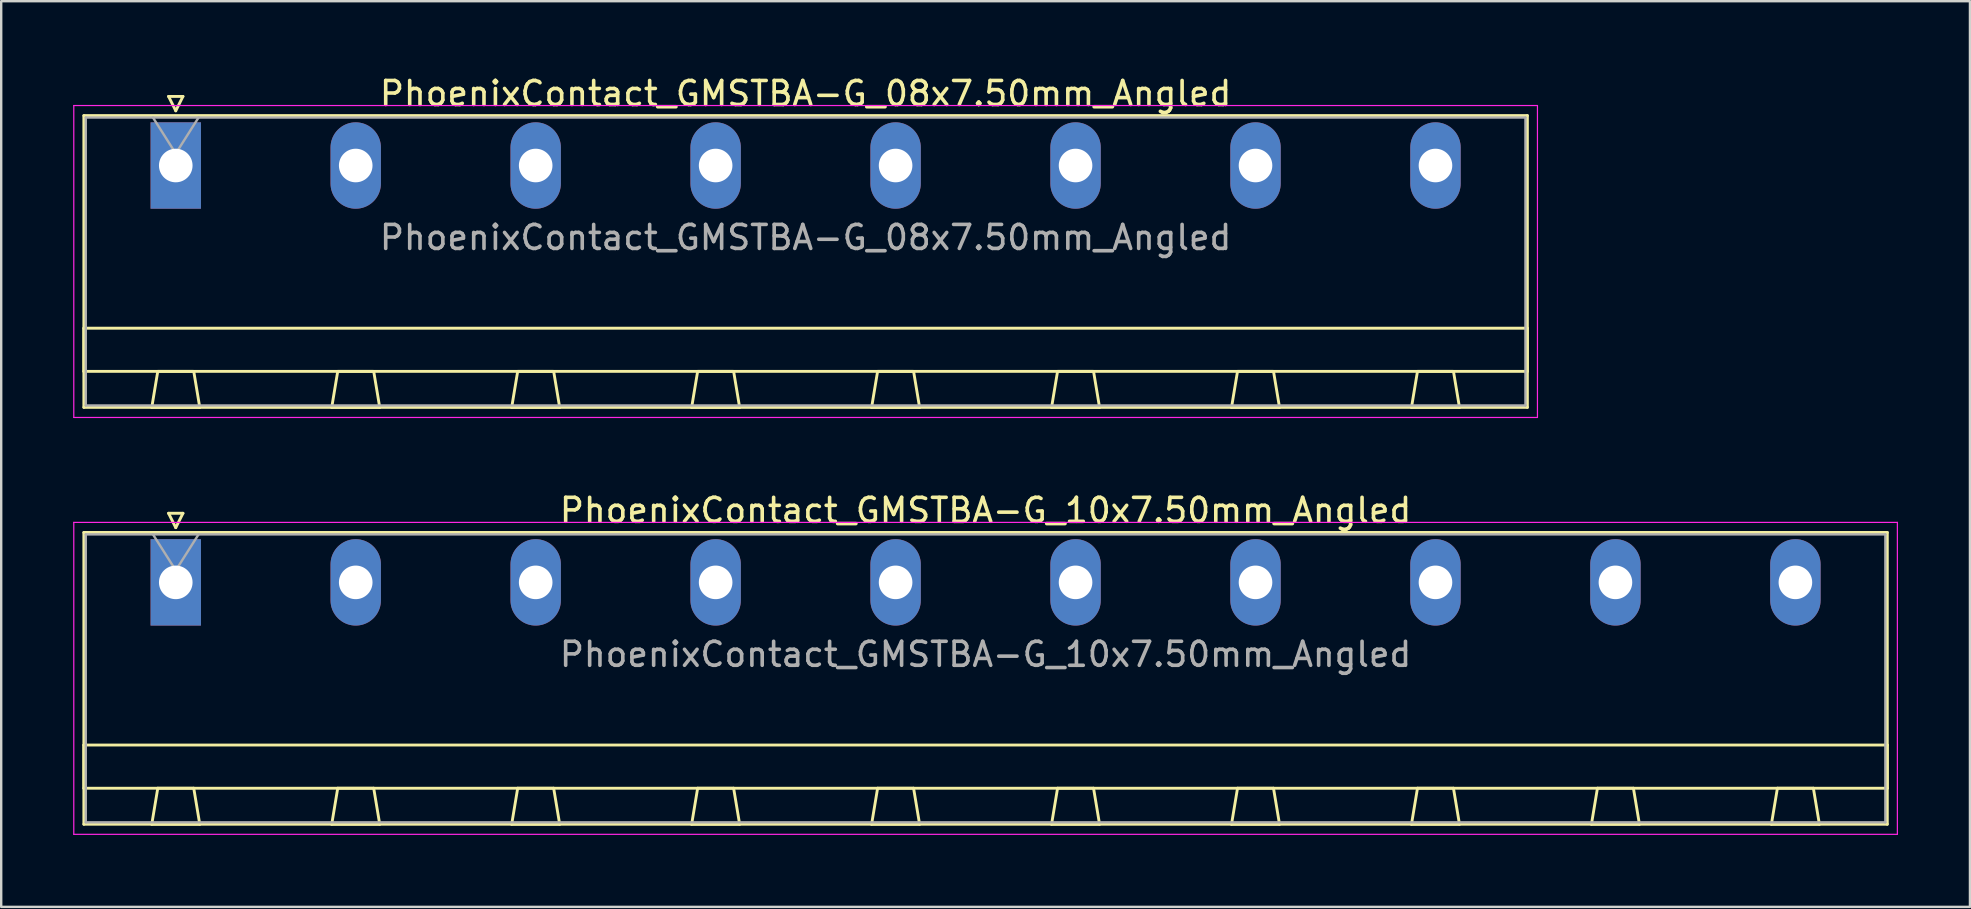
<source format=kicad_pcb>
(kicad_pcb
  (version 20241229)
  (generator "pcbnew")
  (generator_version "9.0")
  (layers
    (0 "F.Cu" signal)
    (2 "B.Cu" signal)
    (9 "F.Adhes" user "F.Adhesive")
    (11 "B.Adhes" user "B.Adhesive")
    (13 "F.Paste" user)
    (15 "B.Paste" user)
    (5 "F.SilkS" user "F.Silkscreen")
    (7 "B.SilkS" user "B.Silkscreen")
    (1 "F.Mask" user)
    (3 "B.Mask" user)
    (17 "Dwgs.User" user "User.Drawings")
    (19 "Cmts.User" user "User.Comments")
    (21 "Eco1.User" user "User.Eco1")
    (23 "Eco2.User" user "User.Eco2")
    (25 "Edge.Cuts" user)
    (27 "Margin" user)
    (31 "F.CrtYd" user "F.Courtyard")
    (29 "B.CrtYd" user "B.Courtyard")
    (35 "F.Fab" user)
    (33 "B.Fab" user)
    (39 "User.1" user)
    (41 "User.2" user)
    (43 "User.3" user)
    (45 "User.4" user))
  (footprint "PhoenixContact_GMSTBA-G_10x7.50mm_Angled"
    (layer "F.Cu")
    (at 4.275 21.221)
    (property "Reference" "PhoenixContact_GMSTBA-G_10x7.50mm_Angled" (at 33.75 -3 0) (layer "F.SilkS") (effects (font (size 1 1) (thickness 0.15))))
    (attr through_hole)
    (fp_line (start -3.83 -2.08) (end -3.83 10.08) (stroke (width 0.12) (type solid)) (layer "F.SilkS"))
    (fp_line (start -3.83 6.78) (end 71.33 6.78) (stroke (width 0.12) (type solid)) (layer "F.SilkS"))
    (fp_line (start -3.83 8.58) (end -3.83 6.78) (stroke (width 0.12) (type solid)) (layer "F.SilkS"))
    (fp_line (start -3.83 10.08) (end 71.33 10.08) (stroke (width 0.12) (type solid)) (layer "F.SilkS"))
    (fp_line (start -1 10.08) (end 1 10.08) (stroke (width 0.12) (type solid)) (layer "F.SilkS"))
    (fp_line (start -0.75 8.58) (end -1 10.08) (stroke (width 0.12) (type solid)) (layer "F.SilkS"))
    (fp_line (start -0.3 -2.88) (end 0.3 -2.88) (stroke (width 0.12) (type solid)) (layer "F.SilkS"))
    (fp_line (start 0 -2.28) (end -0.3 -2.88) (stroke (width 0.12) (type solid)) (layer "F.SilkS"))
    (fp_line (start 0.3 -2.88) (end 0 -2.28) (stroke (width 0.12) (type solid)) (layer "F.SilkS"))
    (fp_line (start 0.75 8.58) (end -0.75 8.58) (stroke (width 0.12) (type solid)) (layer "F.SilkS"))
    (fp_line (start 1 10.08) (end 0.75 8.58) (stroke (width 0.12) (type solid)) (layer "F.SilkS"))
    (fp_line (start 6.5 10.08) (end 8.5 10.08) (stroke (width 0.12) (type solid)) (layer "F.SilkS"))
    (fp_line (start 6.75 8.58) (end 6.5 10.08) (stroke (width 0.12) (type solid)) (layer "F.SilkS"))
    (fp_line (start 8.25 8.58) (end 6.75 8.58) (stroke (width 0.12) (type solid)) (layer "F.SilkS"))
    (fp_line (start 8.5 10.08) (end 8.25 8.58) (stroke (width 0.12) (type solid)) (layer "F.SilkS"))
    (fp_line (start 14 10.08) (end 16 10.08) (stroke (width 0.12) (type solid)) (layer "F.SilkS"))
    (fp_line (start 14.25 8.58) (end 14 10.08) (stroke (width 0.12) (type solid)) (layer "F.SilkS"))
    (fp_line (start 15.75 8.58) (end 14.25 8.58) (stroke (width 0.12) (type solid)) (layer "F.SilkS"))
    (fp_line (start 16 10.08) (end 15.75 8.58) (stroke (width 0.12) (type solid)) (layer "F.SilkS"))
    (fp_line (start 21.5 10.08) (end 23.5 10.08) (stroke (width 0.12) (type solid)) (layer "F.SilkS"))
    (fp_line (start 21.75 8.58) (end 21.5 10.08) (stroke (width 0.12) (type solid)) (layer "F.SilkS"))
    (fp_line (start 23.25 8.58) (end 21.75 8.58) (stroke (width 0.12) (type solid)) (layer "F.SilkS"))
    (fp_line (start 23.5 10.08) (end 23.25 8.58) (stroke (width 0.12) (type solid)) (layer "F.SilkS"))
    (fp_line (start 29 10.08) (end 31 10.08) (stroke (width 0.12) (type solid)) (layer "F.SilkS"))
    (fp_line (start 29.25 8.58) (end 29 10.08) (stroke (width 0.12) (type solid)) (layer "F.SilkS"))
    (fp_line (start 30.75 8.58) (end 29.25 8.58) (stroke (width 0.12) (type solid)) (layer "F.SilkS"))
    (fp_line (start 31 10.08) (end 30.75 8.58) (stroke (width 0.12) (type solid)) (layer "F.SilkS"))
    (fp_line (start 36.5 10.08) (end 38.5 10.08) (stroke (width 0.12) (type solid)) (layer "F.SilkS"))
    (fp_line (start 36.75 8.58) (end 36.5 10.08) (stroke (width 0.12) (type solid)) (layer "F.SilkS"))
    (fp_line (start 38.25 8.58) (end 36.75 8.58) (stroke (width 0.12) (type solid)) (layer "F.SilkS"))
    (fp_line (start 38.5 10.08) (end 38.25 8.58) (stroke (width 0.12) (type solid)) (layer "F.SilkS"))
    (fp_line (start 44 10.08) (end 46 10.08) (stroke (width 0.12) (type solid)) (layer "F.SilkS"))
    (fp_line (start 44.25 8.58) (end 44 10.08) (stroke (width 0.12) (type solid)) (layer "F.SilkS"))
    (fp_line (start 45.75 8.58) (end 44.25 8.58) (stroke (width 0.12) (type solid)) (layer "F.SilkS"))
    (fp_line (start 46 10.08) (end 45.75 8.58) (stroke (width 0.12) (type solid)) (layer "F.SilkS"))
    (fp_line (start 51.5 10.08) (end 53.5 10.08) (stroke (width 0.12) (type solid)) (layer "F.SilkS"))
    (fp_line (start 51.75 8.58) (end 51.5 10.08) (stroke (width 0.12) (type solid)) (layer "F.SilkS"))
    (fp_line (start 53.25 8.58) (end 51.75 8.58) (stroke (width 0.12) (type solid)) (layer "F.SilkS"))
    (fp_line (start 53.5 10.08) (end 53.25 8.58) (stroke (width 0.12) (type solid)) (layer "F.SilkS"))
    (fp_line (start 59 10.08) (end 61 10.08) (stroke (width 0.12) (type solid)) (layer "F.SilkS"))
    (fp_line (start 59.25 8.58) (end 59 10.08) (stroke (width 0.12) (type solid)) (layer "F.SilkS"))
    (fp_line (start 60.75 8.58) (end 59.25 8.58) (stroke (width 0.12) (type solid)) (layer "F.SilkS"))
    (fp_line (start 61 10.08) (end 60.75 8.58) (stroke (width 0.12) (type solid)) (layer "F.SilkS"))
    (fp_line (start 66.5 10.08) (end 68.5 10.08) (stroke (width 0.12) (type solid)) (layer "F.SilkS"))
    (fp_line (start 66.75 8.58) (end 66.5 10.08) (stroke (width 0.12) (type solid)) (layer "F.SilkS"))
    (fp_line (start 68.25 8.58) (end 66.75 8.58) (stroke (width 0.12) (type solid)) (layer "F.SilkS"))
    (fp_line (start 68.5 10.08) (end 68.25 8.58) (stroke (width 0.12) (type solid)) (layer "F.SilkS"))
    (fp_line (start 71.33 -2.08) (end -3.83 -2.08) (stroke (width 0.12) (type solid)) (layer "F.SilkS"))
    (fp_line (start 71.33 6.78) (end 71.33 8.58) (stroke (width 0.12) (type solid)) (layer "F.SilkS"))
    (fp_line (start 71.33 8.58) (end -3.83 8.58) (stroke (width 0.12) (type solid)) (layer "F.SilkS"))
    (fp_line (start 71.33 10.08) (end 71.33 -2.08) (stroke (width 0.12) (type solid)) (layer "F.SilkS"))
    (fp_line (start -4.25 -2.5) (end -4.25 10.5) (stroke (width 0.05) (type solid)) (layer "F.CrtYd"))
    (fp_line (start -4.25 10.5) (end 71.75 10.5) (stroke (width 0.05) (type solid)) (layer "F.CrtYd"))
    (fp_line (start 71.75 -2.5) (end -4.25 -2.5) (stroke (width 0.05) (type solid)) (layer "F.CrtYd"))
    (fp_line (start 71.75 10.5) (end 71.75 -2.5) (stroke (width 0.05) (type solid)) (layer "F.CrtYd"))
    (fp_line (start -3.75 -2) (end -3.75 10) (stroke (width 0.1) (type solid)) (layer "F.Fab"))
    (fp_line (start -3.75 10) (end 71.25 10) (stroke (width 0.1) (type solid)) (layer "F.Fab"))
    (fp_line (start 0 -0.5) (end -0.95 -2) (stroke (width 0.1) (type solid)) (layer "F.Fab"))
    (fp_line (start 0.95 -2) (end 0 -0.5) (stroke (width 0.1) (type solid)) (layer "F.Fab"))
    (fp_line (start 71.25 -2) (end -3.75 -2) (stroke (width 0.1) (type solid)) (layer "F.Fab"))
    (fp_line (start 71.25 10) (end 71.25 -2) (stroke (width 0.1) (type solid)) (layer "F.Fab"))
    (fp_text user "${REFERENCE}" (at 33.75 3 0) (layer "F.Fab") (effects (font (size 1 1) (thickness 0.15))))
    (pad "1" thru_hole rect (at 0 0) (size 2.1 3.6) (drill 1.4) (layers "*.Cu" "*.Mask"))
    (pad "2" thru_hole oval (at 7.5 0) (size 2.1 3.6) (drill 1.4) (layers "*.Cu" "*.Mask"))
    (pad "3" thru_hole oval (at 15 0) (size 2.1 3.6) (drill 1.4) (layers "*.Cu" "*.Mask"))
    (pad "4" thru_hole oval (at 22.5 0) (size 2.1 3.6) (drill 1.4) (layers "*.Cu" "*.Mask"))
    (pad "5" thru_hole oval (at 30 0) (size 2.1 3.6) (drill 1.4) (layers "*.Cu" "*.Mask"))
    (pad "6" thru_hole oval (at 37.5 0) (size 2.1 3.6) (drill 1.4) (layers "*.Cu" "*.Mask"))
    (pad "7" thru_hole oval (at 45 0) (size 2.1 3.6) (drill 1.4) (layers "*.Cu" "*.Mask"))
    (pad "8" thru_hole oval (at 52.5 0) (size 2.1 3.6) (drill 1.4) (layers "*.Cu" "*.Mask"))
    (pad "9" thru_hole oval (at 60 0) (size 2.1 3.6) (drill 1.4) (layers "*.Cu" "*.Mask"))
    (pad "10" thru_hole oval (at 67.5 0) (size 2.1 3.6) (drill 1.4) (layers "*.Cu" "*.Mask")))
  (footprint "PhoenixContact_GMSTBA-G_08x7.50mm_Angled"
    (layer "F.Cu")
    (at 4.275 3.848)
    (property "Reference" "PhoenixContact_GMSTBA-G_08x7.50mm_Angled" (at 26.25 -3 0) (layer "F.SilkS") (effects (font (size 1 1) (thickness 0.15))))
    (attr through_hole)
    (fp_line (start -3.83 -2.08) (end -3.83 10.08) (stroke (width 0.12) (type solid)) (layer "F.SilkS"))
    (fp_line (start -3.83 6.78) (end 56.33 6.78) (stroke (width 0.12) (type solid)) (layer "F.SilkS"))
    (fp_line (start -3.83 8.58) (end -3.83 6.78) (stroke (width 0.12) (type solid)) (layer "F.SilkS"))
    (fp_line (start -3.83 10.08) (end 56.33 10.08) (stroke (width 0.12) (type solid)) (layer "F.SilkS"))
    (fp_line (start -1 10.08) (end 1 10.08) (stroke (width 0.12) (type solid)) (layer "F.SilkS"))
    (fp_line (start -0.75 8.58) (end -1 10.08) (stroke (width 0.12) (type solid)) (layer "F.SilkS"))
    (fp_line (start -0.3 -2.88) (end 0.3 -2.88) (stroke (width 0.12) (type solid)) (layer "F.SilkS"))
    (fp_line (start 0 -2.28) (end -0.3 -2.88) (stroke (width 0.12) (type solid)) (layer "F.SilkS"))
    (fp_line (start 0.3 -2.88) (end 0 -2.28) (stroke (width 0.12) (type solid)) (layer "F.SilkS"))
    (fp_line (start 0.75 8.58) (end -0.75 8.58) (stroke (width 0.12) (type solid)) (layer "F.SilkS"))
    (fp_line (start 1 10.08) (end 0.75 8.58) (stroke (width 0.12) (type solid)) (layer "F.SilkS"))
    (fp_line (start 6.5 10.08) (end 8.5 10.08) (stroke (width 0.12) (type solid)) (layer "F.SilkS"))
    (fp_line (start 6.75 8.58) (end 6.5 10.08) (stroke (width 0.12) (type solid)) (layer "F.SilkS"))
    (fp_line (start 8.25 8.58) (end 6.75 8.58) (stroke (width 0.12) (type solid)) (layer "F.SilkS"))
    (fp_line (start 8.5 10.08) (end 8.25 8.58) (stroke (width 0.12) (type solid)) (layer "F.SilkS"))
    (fp_line (start 14 10.08) (end 16 10.08) (stroke (width 0.12) (type solid)) (layer "F.SilkS"))
    (fp_line (start 14.25 8.58) (end 14 10.08) (stroke (width 0.12) (type solid)) (layer "F.SilkS"))
    (fp_line (start 15.75 8.58) (end 14.25 8.58) (stroke (width 0.12) (type solid)) (layer "F.SilkS"))
    (fp_line (start 16 10.08) (end 15.75 8.58) (stroke (width 0.12) (type solid)) (layer "F.SilkS"))
    (fp_line (start 21.5 10.08) (end 23.5 10.08) (stroke (width 0.12) (type solid)) (layer "F.SilkS"))
    (fp_line (start 21.75 8.58) (end 21.5 10.08) (stroke (width 0.12) (type solid)) (layer "F.SilkS"))
    (fp_line (start 23.25 8.58) (end 21.75 8.58) (stroke (width 0.12) (type solid)) (layer "F.SilkS"))
    (fp_line (start 23.5 10.08) (end 23.25 8.58) (stroke (width 0.12) (type solid)) (layer "F.SilkS"))
    (fp_line (start 29 10.08) (end 31 10.08) (stroke (width 0.12) (type solid)) (layer "F.SilkS"))
    (fp_line (start 29.25 8.58) (end 29 10.08) (stroke (width 0.12) (type solid)) (layer "F.SilkS"))
    (fp_line (start 30.75 8.58) (end 29.25 8.58) (stroke (width 0.12) (type solid)) (layer "F.SilkS"))
    (fp_line (start 31 10.08) (end 30.75 8.58) (stroke (width 0.12) (type solid)) (layer "F.SilkS"))
    (fp_line (start 36.5 10.08) (end 38.5 10.08) (stroke (width 0.12) (type solid)) (layer "F.SilkS"))
    (fp_line (start 36.75 8.58) (end 36.5 10.08) (stroke (width 0.12) (type solid)) (layer "F.SilkS"))
    (fp_line (start 38.25 8.58) (end 36.75 8.58) (stroke (width 0.12) (type solid)) (layer "F.SilkS"))
    (fp_line (start 38.5 10.08) (end 38.25 8.58) (stroke (width 0.12) (type solid)) (layer "F.SilkS"))
    (fp_line (start 44 10.08) (end 46 10.08) (stroke (width 0.12) (type solid)) (layer "F.SilkS"))
    (fp_line (start 44.25 8.58) (end 44 10.08) (stroke (width 0.12) (type solid)) (layer "F.SilkS"))
    (fp_line (start 45.75 8.58) (end 44.25 8.58) (stroke (width 0.12) (type solid)) (layer "F.SilkS"))
    (fp_line (start 46 10.08) (end 45.75 8.58) (stroke (width 0.12) (type solid)) (layer "F.SilkS"))
    (fp_line (start 51.5 10.08) (end 53.5 10.08) (stroke (width 0.12) (type solid)) (layer "F.SilkS"))
    (fp_line (start 51.75 8.58) (end 51.5 10.08) (stroke (width 0.12) (type solid)) (layer "F.SilkS"))
    (fp_line (start 53.25 8.58) (end 51.75 8.58) (stroke (width 0.12) (type solid)) (layer "F.SilkS"))
    (fp_line (start 53.5 10.08) (end 53.25 8.58) (stroke (width 0.12) (type solid)) (layer "F.SilkS"))
    (fp_line (start 56.33 -2.08) (end -3.83 -2.08) (stroke (width 0.12) (type solid)) (layer "F.SilkS"))
    (fp_line (start 56.33 6.78) (end 56.33 8.58) (stroke (width 0.12) (type solid)) (layer "F.SilkS"))
    (fp_line (start 56.33 8.58) (end -3.83 8.58) (stroke (width 0.12) (type solid)) (layer "F.SilkS"))
    (fp_line (start 56.33 10.08) (end 56.33 -2.08) (stroke (width 0.12) (type solid)) (layer "F.SilkS"))
    (fp_line (start -4.25 -2.5) (end -4.25 10.5) (stroke (width 0.05) (type solid)) (layer "F.CrtYd"))
    (fp_line (start -4.25 10.5) (end 56.75 10.5) (stroke (width 0.05) (type solid)) (layer "F.CrtYd"))
    (fp_line (start 56.75 -2.5) (end -4.25 -2.5) (stroke (width 0.05) (type solid)) (layer "F.CrtYd"))
    (fp_line (start 56.75 10.5) (end 56.75 -2.5) (stroke (width 0.05) (type solid)) (layer "F.CrtYd"))
    (fp_line (start -3.75 -2) (end -3.75 10) (stroke (width 0.1) (type solid)) (layer "F.Fab"))
    (fp_line (start -3.75 10) (end 56.25 10) (stroke (width 0.1) (type solid)) (layer "F.Fab"))
    (fp_line (start 0 -0.5) (end -0.95 -2) (stroke (width 0.1) (type solid)) (layer "F.Fab"))
    (fp_line (start 0.95 -2) (end 0 -0.5) (stroke (width 0.1) (type solid)) (layer "F.Fab"))
    (fp_line (start 56.25 -2) (end -3.75 -2) (stroke (width 0.1) (type solid)) (layer "F.Fab"))
    (fp_line (start 56.25 10) (end 56.25 -2) (stroke (width 0.1) (type solid)) (layer "F.Fab"))
    (fp_text user "${REFERENCE}" (at 26.25 3 0) (layer "F.Fab") (effects (font (size 1 1) (thickness 0.15))))
    (pad "1" thru_hole rect (at 0 0) (size 2.1 3.6) (drill 1.4) (layers "*.Cu" "*.Mask"))
    (pad "2" thru_hole oval (at 7.5 0) (size 2.1 3.6) (drill 1.4) (layers "*.Cu" "*.Mask"))
    (pad "3" thru_hole oval (at 15 0) (size 2.1 3.6) (drill 1.4) (layers "*.Cu" "*.Mask"))
    (pad "4" thru_hole oval (at 22.5 0) (size 2.1 3.6) (drill 1.4) (layers "*.Cu" "*.Mask"))
    (pad "5" thru_hole oval (at 30 0) (size 2.1 3.6) (drill 1.4) (layers "*.Cu" "*.Mask"))
    (pad "6" thru_hole oval (at 37.5 0) (size 2.1 3.6) (drill 1.4) (layers "*.Cu" "*.Mask"))
    (pad "7" thru_hole oval (at 45 0) (size 2.1 3.6) (drill 1.4) (layers "*.Cu" "*.Mask"))
    (pad "8" thru_hole oval (at 52.5 0) (size 2.1 3.6) (drill 1.4) (layers "*.Cu" "*.Mask")))
  (gr_rect
    (start -3 -3)
    (end 79.05 34.746)
    (stroke (width 0.1) (type default))
    (fill no)
    (layer "Edge.Cuts")))
</source>
